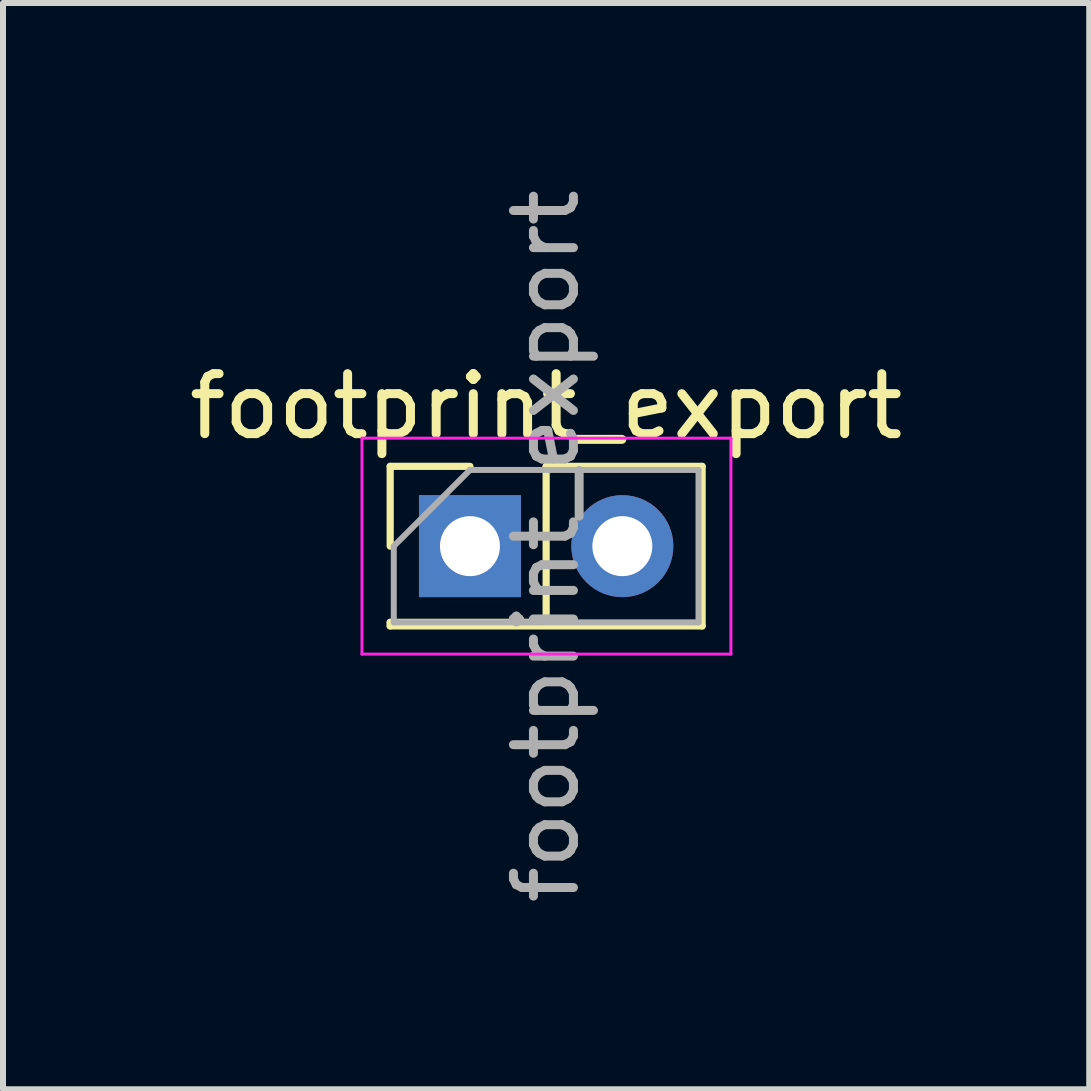
<source format=kicad_pcb>
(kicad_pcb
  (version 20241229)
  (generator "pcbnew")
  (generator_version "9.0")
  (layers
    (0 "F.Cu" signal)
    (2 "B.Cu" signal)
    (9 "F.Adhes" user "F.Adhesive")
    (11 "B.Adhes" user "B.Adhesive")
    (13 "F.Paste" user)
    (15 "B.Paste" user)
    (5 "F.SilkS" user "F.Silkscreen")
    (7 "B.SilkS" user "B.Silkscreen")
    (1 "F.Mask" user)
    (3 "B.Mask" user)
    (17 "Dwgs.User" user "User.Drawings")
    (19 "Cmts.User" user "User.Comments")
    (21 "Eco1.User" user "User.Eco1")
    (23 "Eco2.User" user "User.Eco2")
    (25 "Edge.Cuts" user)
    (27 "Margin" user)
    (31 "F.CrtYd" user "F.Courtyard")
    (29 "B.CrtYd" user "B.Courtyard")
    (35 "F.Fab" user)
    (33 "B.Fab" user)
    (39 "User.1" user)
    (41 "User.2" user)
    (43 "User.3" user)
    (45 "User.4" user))
  (footprint "footprint_export"
    (layer "F.Cu")
    (at 4.784 6.054)
    (property "Reference" "footprint_export" (at 1.27 -2.33 0) (layer "F.SilkS") (effects (font (size 1 1) (thickness 0.15))))
    (attr through_hole)
    (fp_line (start -1.33 -1.33) (end 0 -1.33) (stroke (width 0.12) (type solid)) (layer "F.SilkS"))
    (fp_line (start -1.33 0) (end -1.33 -1.33) (stroke (width 0.12) (type solid)) (layer "F.SilkS"))
    (fp_line (start -1.33 1.27) (end -1.33 1.33) (stroke (width 0.12) (type solid)) (layer "F.SilkS"))
    (fp_line (start -1.33 1.27) (end 1.27 1.27) (stroke (width 0.12) (type solid)) (layer "F.SilkS"))
    (fp_line (start -1.33 1.33) (end 3.87 1.33) (stroke (width 0.12) (type solid)) (layer "F.SilkS"))
    (fp_line (start 1.27 -1.33) (end 3.87 -1.33) (stroke (width 0.12) (type solid)) (layer "F.SilkS"))
    (fp_line (start 1.27 1.27) (end 1.27 -1.33) (stroke (width 0.12) (type solid)) (layer "F.SilkS"))
    (fp_line (start 3.87 -1.33) (end 3.87 1.33) (stroke (width 0.12) (type solid)) (layer "F.SilkS"))
    (fp_line (start -1.8 -1.8) (end -1.8 1.8) (stroke (width 0.05) (type solid)) (layer "F.CrtYd"))
    (fp_line (start -1.8 1.8) (end 4.35 1.8) (stroke (width 0.05) (type solid)) (layer "F.CrtYd"))
    (fp_line (start 4.35 -1.8) (end -1.8 -1.8) (stroke (width 0.05) (type solid)) (layer "F.CrtYd"))
    (fp_line (start 4.35 1.8) (end 4.35 -1.8) (stroke (width 0.05) (type solid)) (layer "F.CrtYd"))
    (fp_line (start -1.27 0) (end 0 -1.27) (stroke (width 0.1) (type solid)) (layer "F.Fab"))
    (fp_line (start -1.27 1.27) (end -1.27 0) (stroke (width 0.1) (type solid)) (layer "F.Fab"))
    (fp_line (start 0 -1.27) (end 3.81 -1.27) (stroke (width 0.1) (type solid)) (layer "F.Fab"))
    (fp_line (start 3.81 -1.27) (end 3.81 1.27) (stroke (width 0.1) (type solid)) (layer "F.Fab"))
    (fp_line (start 3.81 1.27) (end -1.27 1.27) (stroke (width 0.1) (type solid)) (layer "F.Fab"))
    (fp_text user "${REFERENCE}" (at 1.27 0 90) (layer "F.Fab") (effects (font (size 1 1) (thickness 0.15))))
    (pad "1" thru_hole rect (at 0 0) (size 1.7 1.7) (drill 1) (layers "*.Cu" "*.Mask"))
    (pad "2" thru_hole oval (at 2.54 0) (size 1.7 1.7) (drill 1) (layers "*.Cu" "*.Mask")))
  (gr_rect
    (start -3 -3)
    (end 15.107 15.107)
    (stroke (width 0.1) (type default))
    (fill no)
    (layer "Edge.Cuts")))
</source>
